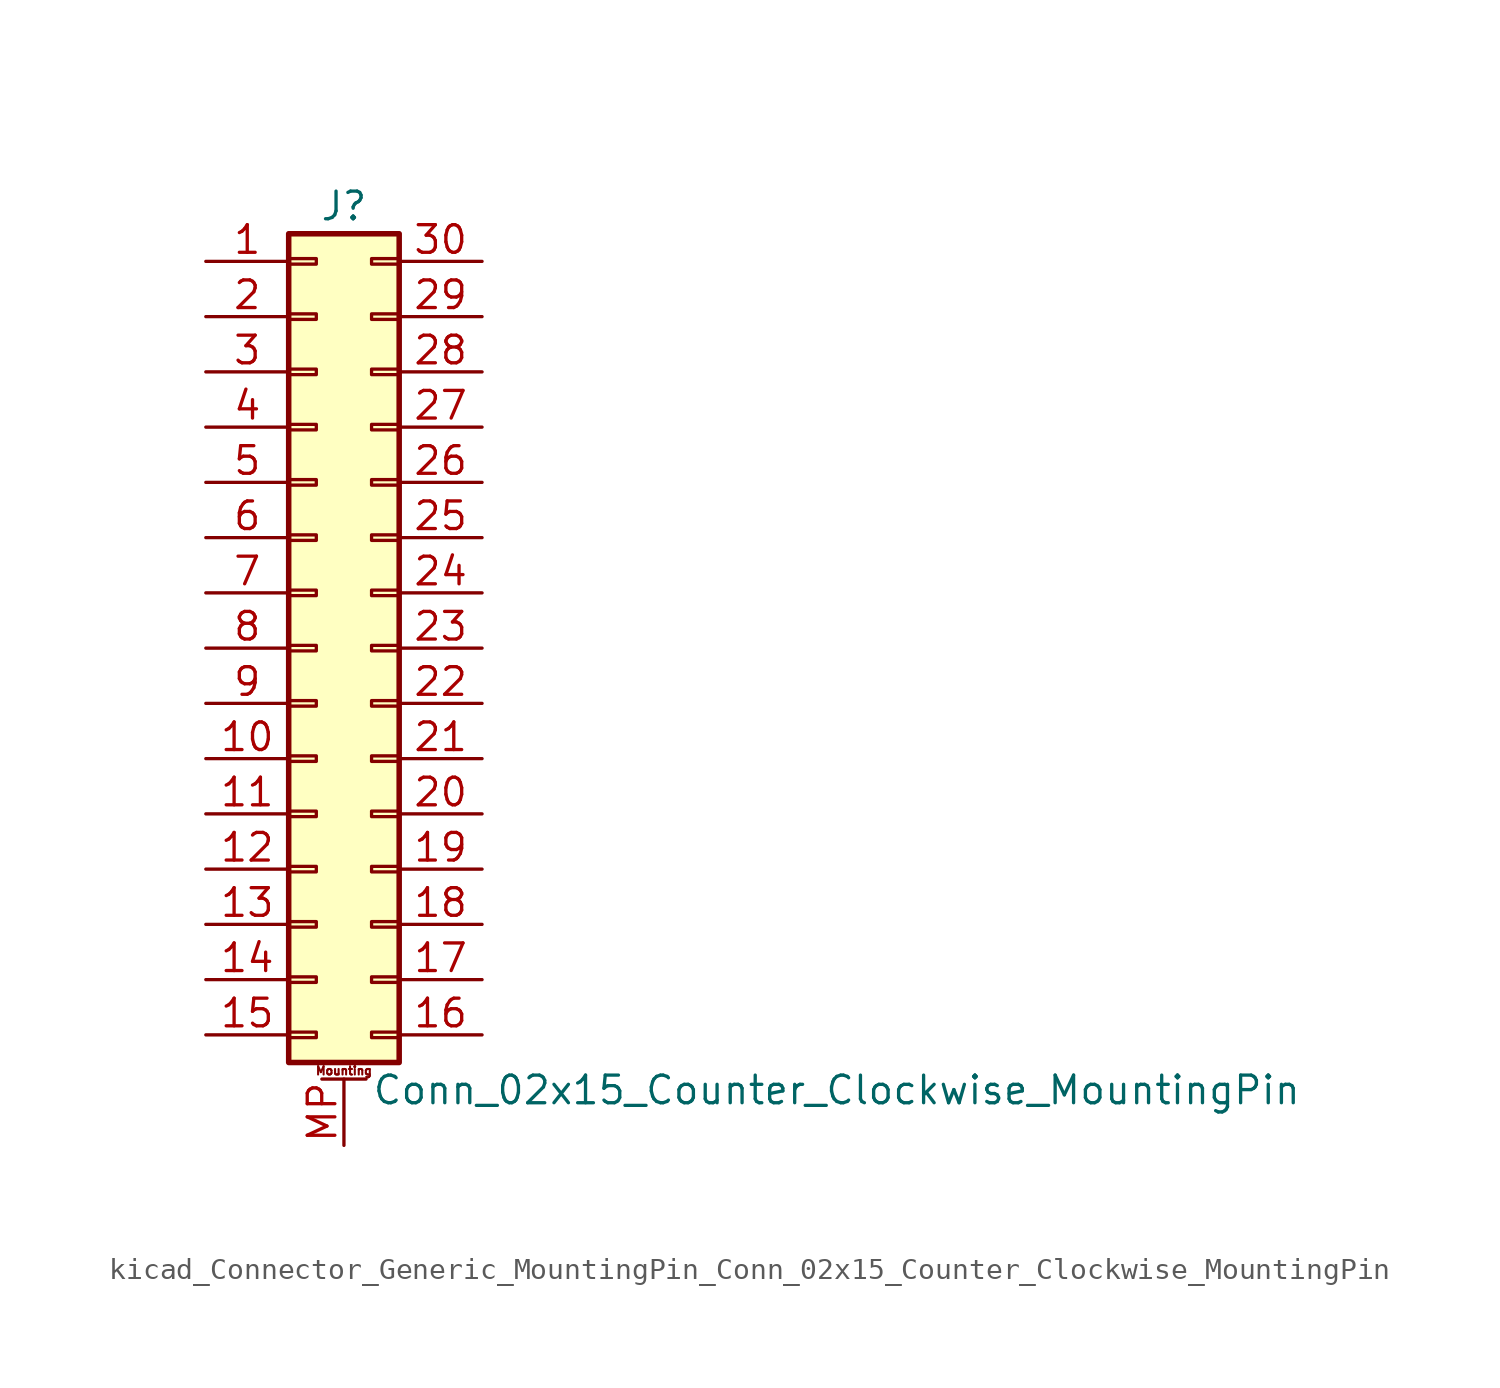
<source format=kicad_sym>
(kicad_symbol_lib
  (version 20220914)
  (generator kicad_symbol_editor)
  (symbol "kicad_Connector_Generic_MountingPin_Conn_02x15_Counter_Clockwise_MountingPin"
    (pin_names
      (offset 1.016) hide)
    (property "Reference" "J"
      (at 1.27 20.32 0)
      (effects (font (size 1.27 1.27))))
    (property "Value" "Conn_02x15_Counter_Clockwise_MountingPin"
      (at 2.54 -20.32 0)
      (effects (font (size 1.27 1.27)) (justify left)))
    (symbol "kicad_Connector_Generic_MountingPin_Conn_02x15_Counter_Clockwise_MountingPin_1_1"
      (rectangle (start -1.27 -17.653) (end 0 -17.907) (stroke (width 0.152) (type default)) (fill (type none)))
      (rectangle (start -1.27 -15.113) (end 0 -15.367) (stroke (width 0.152) (type default)) (fill (type none)))
      (rectangle (start -1.27 -12.573) (end 0 -12.827) (stroke (width 0.152) (type default)) (fill (type none)))
      (rectangle (start -1.27 -10.033) (end 0 -10.287) (stroke (width 0.152) (type default)) (fill (type none)))
      (rectangle (start -1.27 -7.493) (end 0 -7.747) (stroke (width 0.152) (type default)) (fill (type none)))
      (rectangle (start -1.27 -4.953) (end 0 -5.207) (stroke (width 0.152) (type default)) (fill (type none)))
      (rectangle (start -1.27 -2.413) (end 0 -2.667) (stroke (width 0.152) (type default)) (fill (type none)))
      (rectangle (start -1.27 0.127) (end 0 -0.127) (stroke (width 0.152) (type default)) (fill (type none)))
      (rectangle (start -1.27 2.667) (end 0 2.413) (stroke (width 0.152) (type default)) (fill (type none)))
      (rectangle (start -1.27 5.207) (end 0 4.953) (stroke (width 0.152) (type default)) (fill (type none)))
      (rectangle (start -1.27 7.747) (end 0 7.493) (stroke (width 0.152) (type default)) (fill (type none)))
      (rectangle (start -1.27 10.287) (end 0 10.033) (stroke (width 0.152) (type default)) (fill (type none)))
      (rectangle (start -1.27 12.827) (end 0 12.573) (stroke (width 0.152) (type default)) (fill (type none)))
      (rectangle (start -1.27 15.367) (end 0 15.113) (stroke (width 0.152) (type default)) (fill (type none)))
      (rectangle (start -1.27 17.907) (end 0 17.653) (stroke (width 0.152) (type default)) (fill (type none)))
      (rectangle (start -1.27 19.05) (end 3.81 -19.05) (stroke (width 0.254) (type default)) (fill (type background)))
      (polyline (pts (xy 0.254 -19.812) (xy 2.286 -19.812)) (stroke (width 0.152) (type default)) (fill (type none)))
      (rectangle (start 3.81 -17.653) (end 2.54 -17.907) (stroke (width 0.152) (type default)) (fill (type none)))
      (rectangle (start 3.81 -15.113) (end 2.54 -15.367) (stroke (width 0.152) (type default)) (fill (type none)))
      (rectangle (start 3.81 -12.573) (end 2.54 -12.827) (stroke (width 0.152) (type default)) (fill (type none)))
      (rectangle (start 3.81 -10.033) (end 2.54 -10.287) (stroke (width 0.152) (type default)) (fill (type none)))
      (rectangle (start 3.81 -7.493) (end 2.54 -7.747) (stroke (width 0.152) (type default)) (fill (type none)))
      (rectangle (start 3.81 -4.953) (end 2.54 -5.207) (stroke (width 0.152) (type default)) (fill (type none)))
      (rectangle (start 3.81 -2.413) (end 2.54 -2.667) (stroke (width 0.152) (type default)) (fill (type none)))
      (rectangle (start 3.81 0.127) (end 2.54 -0.127) (stroke (width 0.152) (type default)) (fill (type none)))
      (rectangle (start 3.81 2.667) (end 2.54 2.413) (stroke (width 0.152) (type default)) (fill (type none)))
      (rectangle (start 3.81 5.207) (end 2.54 4.953) (stroke (width 0.152) (type default)) (fill (type none)))
      (rectangle (start 3.81 7.747) (end 2.54 7.493) (stroke (width 0.152) (type default)) (fill (type none)))
      (rectangle (start 3.81 10.287) (end 2.54 10.033) (stroke (width 0.152) (type default)) (fill (type none)))
      (rectangle (start 3.81 12.827) (end 2.54 12.573) (stroke (width 0.152) (type default)) (fill (type none)))
      (rectangle (start 3.81 15.367) (end 2.54 15.113) (stroke (width 0.152) (type default)) (fill (type none)))
      (rectangle (start 3.81 17.907) (end 2.54 17.653) (stroke (width 0.152) (type default)) (fill (type none)))
      (text "Mounting" (at 1.27 -19.431 0) (effects (font (size 0.381 0.381))))
      (pin passive line (at -5.08 17.78 0) (length 3.81) (name "Pin_1" (effects (font (size 1.27 1.27)))) (number "1" (effects (font (size 1.27 1.27)))))
      (pin passive line (at -5.08 -5.08 0) (length 3.81) (name "Pin_10" (effects (font (size 1.27 1.27)))) (number "10" (effects (font (size 1.27 1.27)))))
      (pin passive line (at -5.08 -7.62 0) (length 3.81) (name "Pin_11" (effects (font (size 1.27 1.27)))) (number "11" (effects (font (size 1.27 1.27)))))
      (pin passive line (at -5.08 -10.16 0) (length 3.81) (name "Pin_12" (effects (font (size 1.27 1.27)))) (number "12" (effects (font (size 1.27 1.27)))))
      (pin passive line (at -5.08 -12.7 0) (length 3.81) (name "Pin_13" (effects (font (size 1.27 1.27)))) (number "13" (effects (font (size 1.27 1.27)))))
      (pin passive line (at -5.08 -15.24 0) (length 3.81) (name "Pin_14" (effects (font (size 1.27 1.27)))) (number "14" (effects (font (size 1.27 1.27)))))
      (pin passive line (at -5.08 -17.78 0) (length 3.81) (name "Pin_15" (effects (font (size 1.27 1.27)))) (number "15" (effects (font (size 1.27 1.27)))))
      (pin passive line (at 7.62 -17.78 180) (length 3.81) (name "Pin_16" (effects (font (size 1.27 1.27)))) (number "16" (effects (font (size 1.27 1.27)))))
      (pin passive line (at 7.62 -15.24 180) (length 3.81) (name "Pin_17" (effects (font (size 1.27 1.27)))) (number "17" (effects (font (size 1.27 1.27)))))
      (pin passive line (at 7.62 -12.7 180) (length 3.81) (name "Pin_18" (effects (font (size 1.27 1.27)))) (number "18" (effects (font (size 1.27 1.27)))))
      (pin passive line (at 7.62 -10.16 180) (length 3.81) (name "Pin_19" (effects (font (size 1.27 1.27)))) (number "19" (effects (font (size 1.27 1.27)))))
      (pin passive line (at -5.08 15.24 0) (length 3.81) (name "Pin_2" (effects (font (size 1.27 1.27)))) (number "2" (effects (font (size 1.27 1.27)))))
      (pin passive line (at 7.62 -7.62 180) (length 3.81) (name "Pin_20" (effects (font (size 1.27 1.27)))) (number "20" (effects (font (size 1.27 1.27)))))
      (pin passive line (at 7.62 -5.08 180) (length 3.81) (name "Pin_21" (effects (font (size 1.27 1.27)))) (number "21" (effects (font (size 1.27 1.27)))))
      (pin passive line (at 7.62 -2.54 180) (length 3.81) (name "Pin_22" (effects (font (size 1.27 1.27)))) (number "22" (effects (font (size 1.27 1.27)))))
      (pin passive line (at 7.62 0 180) (length 3.81) (name "Pin_23" (effects (font (size 1.27 1.27)))) (number "23" (effects (font (size 1.27 1.27)))))
      (pin passive line (at 7.62 2.54 180) (length 3.81) (name "Pin_24" (effects (font (size 1.27 1.27)))) (number "24" (effects (font (size 1.27 1.27)))))
      (pin passive line (at 7.62 5.08 180) (length 3.81) (name "Pin_25" (effects (font (size 1.27 1.27)))) (number "25" (effects (font (size 1.27 1.27)))))
      (pin passive line (at 7.62 7.62 180) (length 3.81) (name "Pin_26" (effects (font (size 1.27 1.27)))) (number "26" (effects (font (size 1.27 1.27)))))
      (pin passive line (at 7.62 10.16 180) (length 3.81) (name "Pin_27" (effects (font (size 1.27 1.27)))) (number "27" (effects (font (size 1.27 1.27)))))
      (pin passive line (at 7.62 12.7 180) (length 3.81) (name "Pin_28" (effects (font (size 1.27 1.27)))) (number "28" (effects (font (size 1.27 1.27)))))
      (pin passive line (at 7.62 15.24 180) (length 3.81) (name "Pin_29" (effects (font (size 1.27 1.27)))) (number "29" (effects (font (size 1.27 1.27)))))
      (pin passive line (at -5.08 12.7 0) (length 3.81) (name "Pin_3" (effects (font (size 1.27 1.27)))) (number "3" (effects (font (size 1.27 1.27)))))
      (pin passive line (at 7.62 17.78 180) (length 3.81) (name "Pin_30" (effects (font (size 1.27 1.27)))) (number "30" (effects (font (size 1.27 1.27)))))
      (pin passive line (at -5.08 10.16 0) (length 3.81) (name "Pin_4" (effects (font (size 1.27 1.27)))) (number "4" (effects (font (size 1.27 1.27)))))
      (pin passive line (at -5.08 7.62 0) (length 3.81) (name "Pin_5" (effects (font (size 1.27 1.27)))) (number "5" (effects (font (size 1.27 1.27)))))
      (pin passive line (at -5.08 5.08 0) (length 3.81) (name "Pin_6" (effects (font (size 1.27 1.27)))) (number "6" (effects (font (size 1.27 1.27)))))
      (pin passive line (at -5.08 2.54 0) (length 3.81) (name "Pin_7" (effects (font (size 1.27 1.27)))) (number "7" (effects (font (size 1.27 1.27)))))
      (pin passive line (at -5.08 0 0) (length 3.81) (name "Pin_8" (effects (font (size 1.27 1.27)))) (number "8" (effects (font (size 1.27 1.27)))))
      (pin passive line (at -5.08 -2.54 0) (length 3.81) (name "Pin_9" (effects (font (size 1.27 1.27)))) (number "9" (effects (font (size 1.27 1.27)))))
      (pin passive line (at 1.27 -22.86 90) (length 3.048) (name "MountPin" (effects (font (size 1.27 1.27)))) (number "MP" (effects (font (size 1.27 1.27))))))))
</source>
